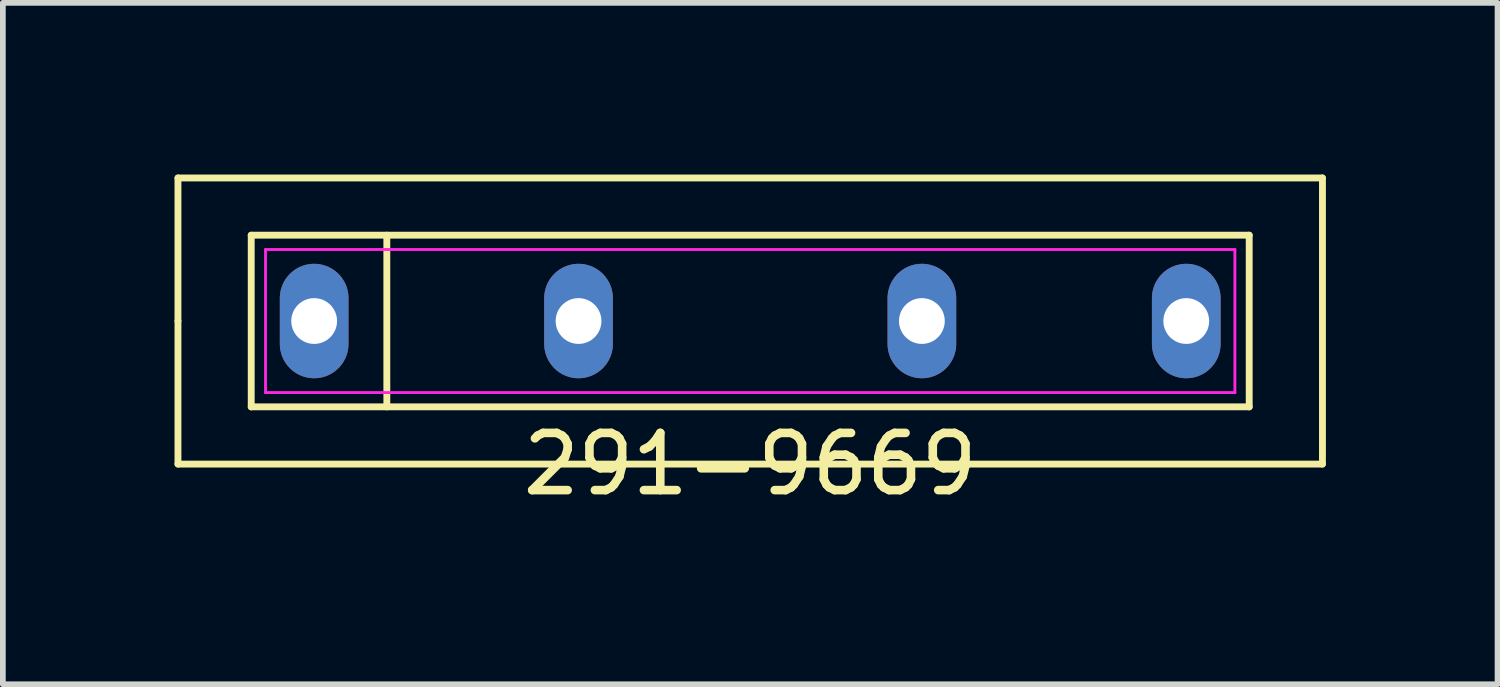
<source format=kicad_pcb>
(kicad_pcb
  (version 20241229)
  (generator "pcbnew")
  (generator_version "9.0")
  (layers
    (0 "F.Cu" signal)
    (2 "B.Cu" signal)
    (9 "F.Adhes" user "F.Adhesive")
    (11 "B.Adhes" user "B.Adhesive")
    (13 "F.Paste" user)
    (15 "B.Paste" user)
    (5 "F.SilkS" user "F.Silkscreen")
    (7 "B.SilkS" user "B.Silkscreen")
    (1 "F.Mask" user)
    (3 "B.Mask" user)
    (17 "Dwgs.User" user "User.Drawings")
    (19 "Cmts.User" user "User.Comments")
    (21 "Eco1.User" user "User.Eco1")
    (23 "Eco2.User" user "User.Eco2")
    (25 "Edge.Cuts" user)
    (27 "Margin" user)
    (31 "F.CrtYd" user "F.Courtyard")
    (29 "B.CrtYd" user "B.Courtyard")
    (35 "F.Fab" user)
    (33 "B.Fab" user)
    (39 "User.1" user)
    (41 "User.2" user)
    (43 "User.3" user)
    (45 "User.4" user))
  (footprint "291-9669"
    (layer "F.Cu")
    (at 10.06 2.56)
    (property "Reference" "291-9669" (at 0 2.5 0) (layer "F.SilkS") (effects (font (size 1 1) (thickness 0.15))))
    (attr through_hole)
    (fp_line (start -10 -2.5) (end 10 -2.5) (stroke (width 0.12) (type solid)) (layer "F.SilkS"))
    (fp_line (start -10 0) (end -10 -2.5) (stroke (width 0.12) (type solid)) (layer "F.SilkS"))
    (fp_line (start -10 2.5) (end -10 0) (stroke (width 0.12) (type solid)) (layer "F.SilkS"))
    (fp_line (start -8.72 -1.5) (end 8.72 -1.5) (stroke (width 0.12) (type solid)) (layer "F.SilkS"))
    (fp_line (start -8.72 1.5) (end -8.72 -1.5) (stroke (width 0.12) (type solid)) (layer "F.SilkS"))
    (fp_line (start -6.35 -1.5) (end -6.35 1.5) (stroke (width 0.12) (type solid)) (layer "F.SilkS"))
    (fp_line (start 8.72 -1.5) (end 8.72 1.5) (stroke (width 0.12) (type solid)) (layer "F.SilkS"))
    (fp_line (start 8.72 1.5) (end -8.72 1.5) (stroke (width 0.12) (type solid)) (layer "F.SilkS"))
    (fp_line (start 10 -2.5) (end 10 2.5) (stroke (width 0.12) (type solid)) (layer "F.SilkS"))
    (fp_line (start 10 2.5) (end -10 2.5) (stroke (width 0.12) (type solid)) (layer "F.SilkS"))
    (fp_line (start -8.47 -1.25) (end 8.47 -1.25) (stroke (width 0.05) (type solid)) (layer "F.CrtYd"))
    (fp_line (start -8.47 1.25) (end -8.47 -1.25) (stroke (width 0.05) (type solid)) (layer "F.CrtYd"))
    (fp_line (start 8.47 -1.25) (end 8.47 1.25) (stroke (width 0.05) (type solid)) (layer "F.CrtYd"))
    (fp_line (start 8.47 1.25) (end -8.47 1.25) (stroke (width 0.05) (type solid)) (layer "F.CrtYd"))
    (pad "1" thru_hole oval (at -7.62 0) (size 1.2 2) (drill 0.8) (layers "*.Cu" "*.Mask"))
    (pad "3" thru_hole oval (at -3 0) (size 1.2 2) (drill 0.8) (layers "*.Cu" "*.Mask"))
    (pad "5" thru_hole oval (at 3 0) (size 1.2 2) (drill 0.8) (layers "*.Cu" "*.Mask"))
    (pad "7" thru_hole oval (at 7.62 0) (size 1.2 2) (drill 0.8) (layers "*.Cu" "*.Mask")))
  (gr_rect
    (start -3 -3)
    (end 23.12 8.908)
    (stroke (width 0.1) (type default))
    (fill no)
    (layer "Edge.Cuts")))
</source>
